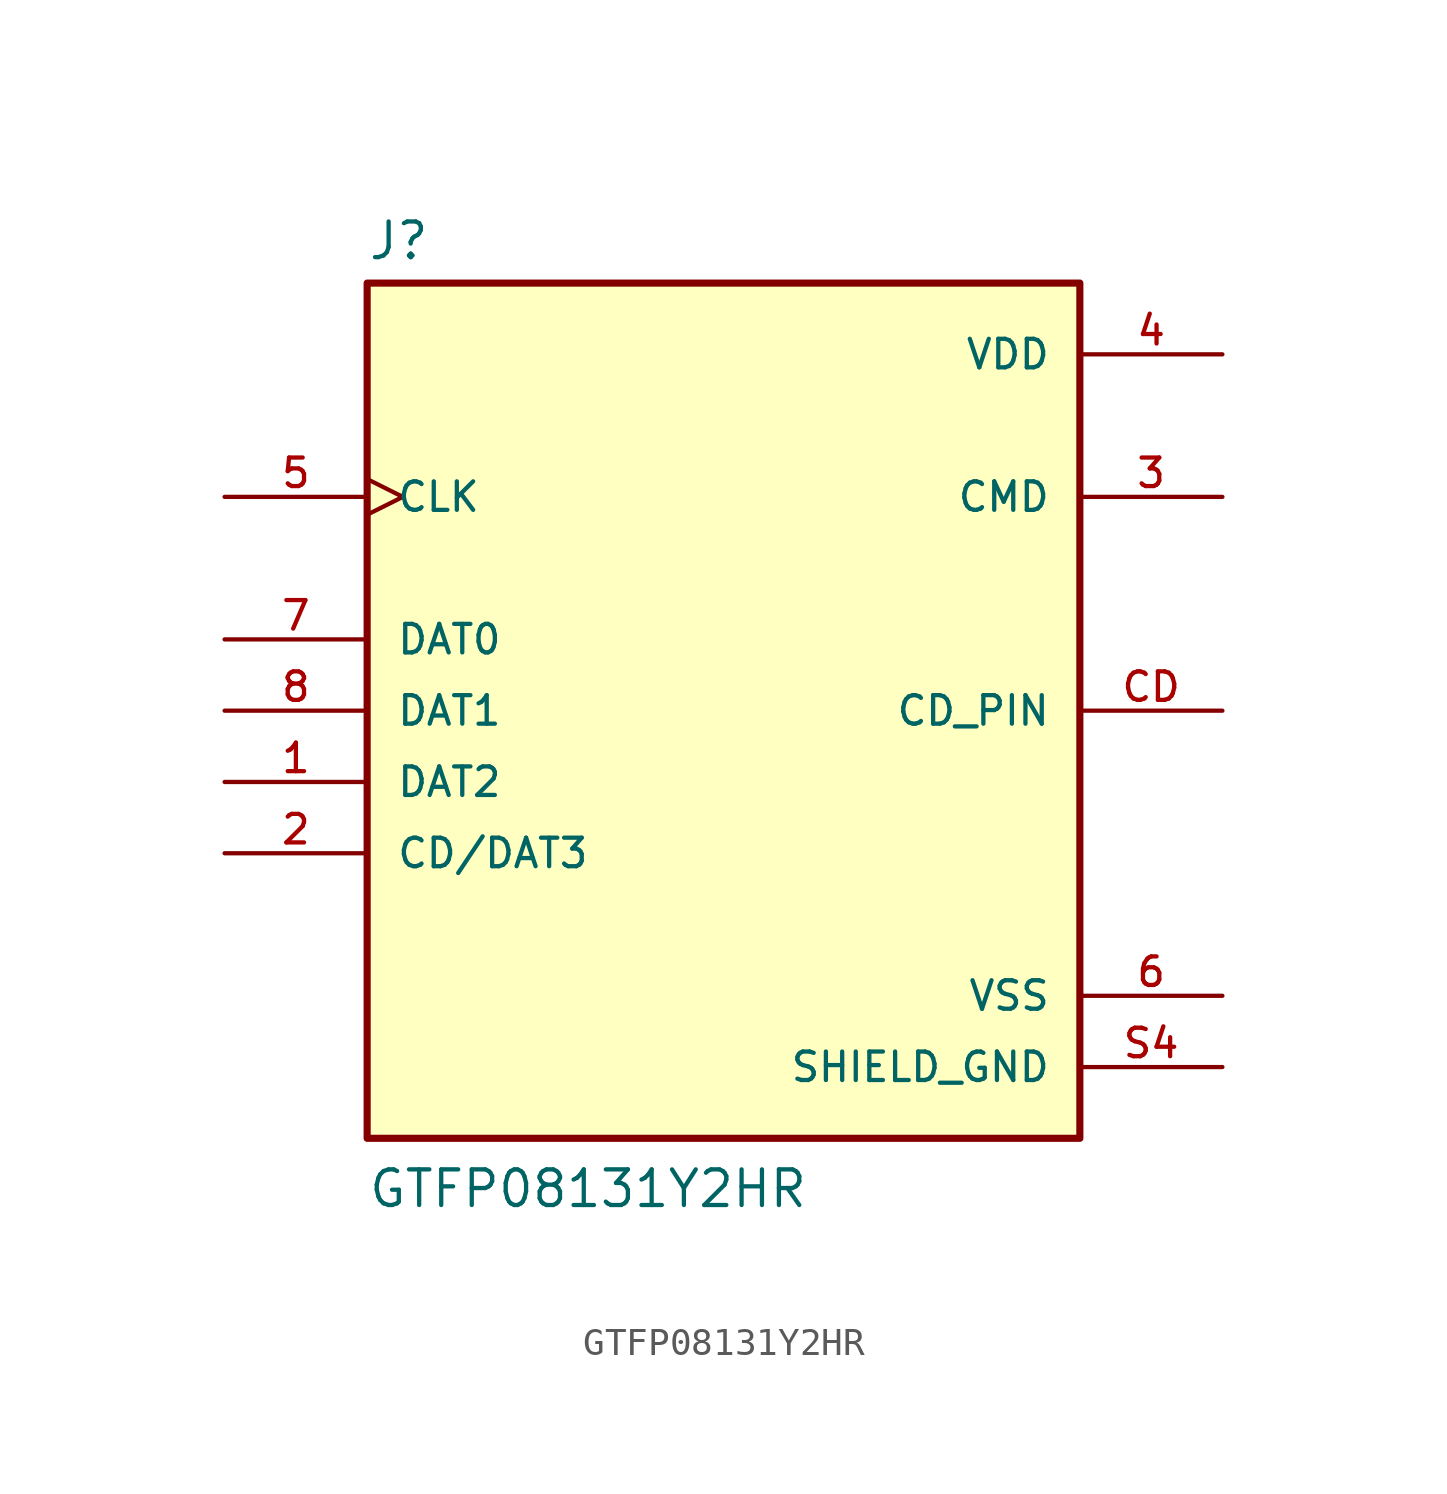
<source format=kicad_sym>
(kicad_symbol_lib
  (version 20211014)
  (generator kicad_symbol_editor)
  (symbol "GTFP08131Y2HR"
    (pin_names
      (offset 1.016))
    (property "Reference" "J"
      (at -12.7 16.002 0)
      (effects (font (size 1.27 1.27)) (justify left bottom)))
    (property "Value" "GTFP08131Y2HR"
      (at -12.7 -17.78 0)
      (effects (font (size 1.27 1.27)) (justify left bottom)))
    (property "ki_locked" ""
      (at 0 0 0)
      (effects (font (size 1.27 1.27))))
    (symbol "GTFP08131Y2HR_0_0"
      (rectangle (start -12.7 -15.24) (end 12.7 15.24) (stroke (width 0.254) (type default) (color 0 0 0 0)) (fill (type background)))
      (pin bidirectional line (at -17.78 -2.54 0) (length 5.08) (name "DAT2" (effects (font (size 1.016 1.016)))) (number "1" (effects (font (size 1.016 1.016)))))
      (pin bidirectional line (at -17.78 -5.08 0) (length 5.08) (name "CD/DAT3" (effects (font (size 1.016 1.016)))) (number "2" (effects (font (size 1.016 1.016)))))
      (pin bidirectional line (at 17.78 7.62 180) (length 5.08) (name "CMD" (effects (font (size 1.016 1.016)))) (number "3" (effects (font (size 1.016 1.016)))))
      (pin power_in line (at 17.78 12.7 180) (length 5.08) (name "VDD" (effects (font (size 1.016 1.016)))) (number "4" (effects (font (size 1.016 1.016)))))
      (pin bidirectional clock (at -17.78 7.62 0) (length 5.08) (name "CLK" (effects (font (size 1.016 1.016)))) (number "5" (effects (font (size 1.016 1.016)))))
      (pin power_in line (at 17.78 -10.16 180) (length 5.08) (name "VSS" (effects (font (size 1.016 1.016)))) (number "6" (effects (font (size 1.016 1.016)))))
      (pin bidirectional line (at -17.78 2.54 0) (length 5.08) (name "DAT0" (effects (font (size 1.016 1.016)))) (number "7" (effects (font (size 1.016 1.016)))))
      (pin bidirectional line (at -17.78 0 0) (length 5.08) (name "DAT1" (effects (font (size 1.016 1.016)))) (number "8" (effects (font (size 1.016 1.016)))))
      (pin bidirectional line (at 17.78 0 180) (length 5.08) (name "CD_PIN" (effects (font (size 1.016 1.016)))) (number "CD" (effects (font (size 1.016 1.016)))))
      (pin power_in line (at 17.78 -12.7 180) (length 5.08) (name "SHIELD_GND" (effects (font (size 1.016 1.016)))) (number "S4" (effects (font (size 1.016 1.016))))))))
</source>
